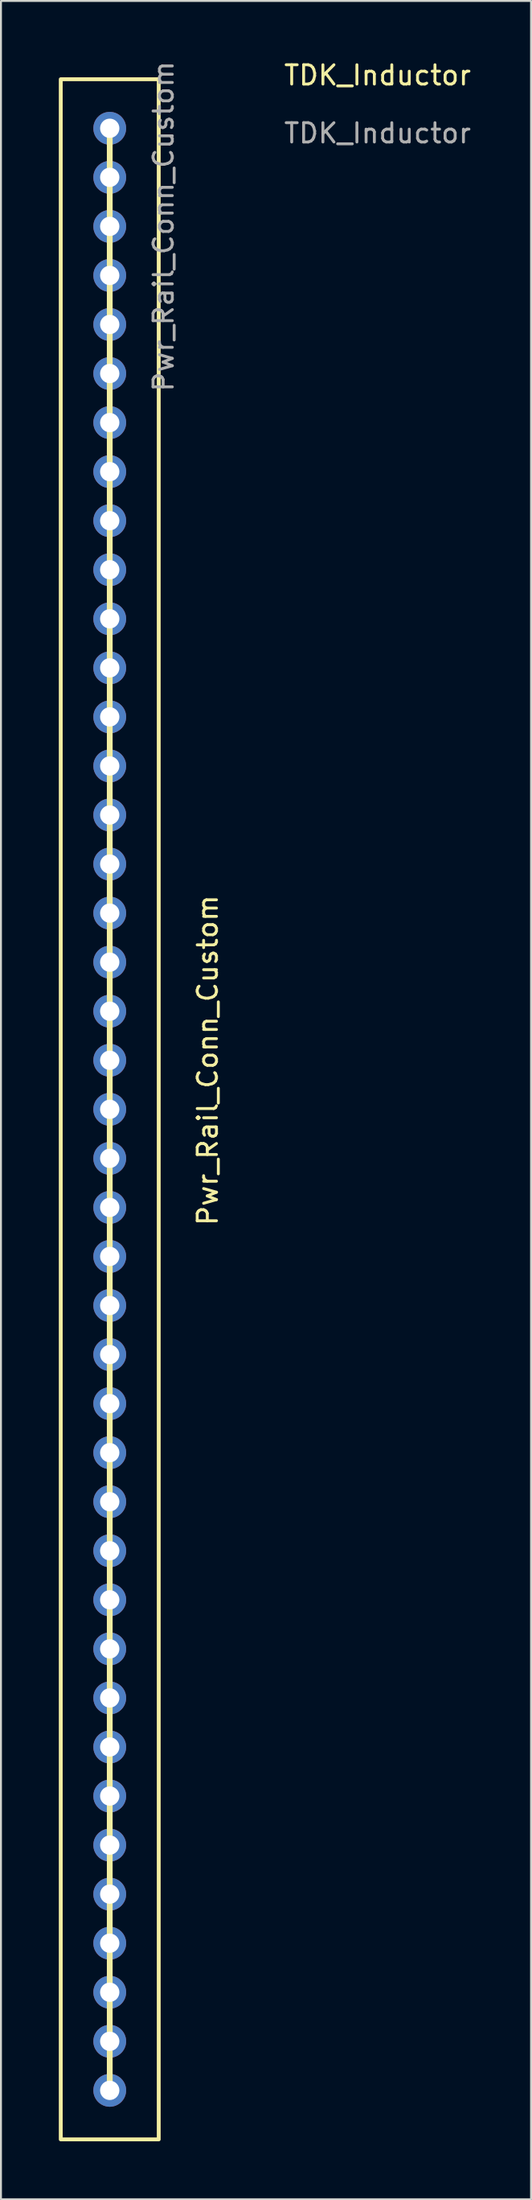
<source format=kicad_pcb>
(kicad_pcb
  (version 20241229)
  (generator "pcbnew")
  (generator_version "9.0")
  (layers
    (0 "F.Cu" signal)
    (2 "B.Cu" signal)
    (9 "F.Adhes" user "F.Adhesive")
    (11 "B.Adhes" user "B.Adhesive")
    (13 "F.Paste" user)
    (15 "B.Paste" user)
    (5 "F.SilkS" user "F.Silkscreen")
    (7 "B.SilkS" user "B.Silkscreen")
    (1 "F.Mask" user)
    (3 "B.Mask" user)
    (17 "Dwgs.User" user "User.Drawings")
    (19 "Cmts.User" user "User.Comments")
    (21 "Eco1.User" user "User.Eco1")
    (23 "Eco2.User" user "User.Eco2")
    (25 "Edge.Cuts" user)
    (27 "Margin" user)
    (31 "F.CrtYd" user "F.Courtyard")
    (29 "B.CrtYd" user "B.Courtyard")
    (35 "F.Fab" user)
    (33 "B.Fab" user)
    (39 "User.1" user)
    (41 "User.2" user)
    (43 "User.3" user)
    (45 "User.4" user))
  (footprint "TDK_Inductor"
    (layer "F.Cu")
    (at 16.527 1.348)
    (property "Reference" "TDK_Inductor" (at 0 -0.5 0) (unlocked yes) (layer "F.SilkS") (effects (font (size 1 1) (thickness 0.15))))
    (attr smd)
    (fp_text user "${REFERENCE}" (at 0 2.5 0) (unlocked yes) (layer "F.Fab") (effects (font (size 1 1) (thickness 0.15)))))
  (footprint "Pwr_Rail_Conn_Custom"
    (layer "F.Cu")
    (at 2.64 51.853)
    (property "Reference" "Pwr_Rail_Conn_Custom" (at 5.08 0 90) (unlocked yes) (layer "F.SilkS") (effects (font (size 1 1) (thickness 0.15))))
    (attr smd)
    (fp_line (start 0 -48.26) (end 0 53.34) (stroke (width 0.3) (type solid)) (layer "F.SilkS"))
    (fp_rect (start -2.54 -50.8) (end 2.54 55.88) (stroke (width 0.2) (type solid)) (fill no) (layer "F.SilkS"))
    (fp_text user "${REFERENCE}" (at 2.79 -43.18 90) (layer "F.Fab") (effects (font (size 1 1) (thickness 0.15))))
    (pad "1" thru_hole oval (at 0 -48.26) (size 1.7 1.7) (drill 1) (layers "*.Cu" "*.Mask"))
    (pad "1" thru_hole oval (at 0 -45.72) (size 1.7 1.7) (drill 1) (layers "*.Cu" "*.Mask"))
    (pad "1" thru_hole oval (at 0 -43.18) (size 1.7 1.7) (drill 1) (layers "*.Cu" "*.Mask"))
    (pad "1" thru_hole oval (at 0 -40.64) (size 1.7 1.7) (drill 1) (layers "*.Cu" "*.Mask"))
    (pad "1" thru_hole oval (at 0 -38.1) (size 1.7 1.7) (drill 1) (layers "*.Cu" "*.Mask"))
    (pad "1" thru_hole oval (at 0 -35.56) (size 1.7 1.7) (drill 1) (layers "*.Cu" "*.Mask"))
    (pad "1" thru_hole oval (at 0 -33.02) (size 1.7 1.7) (drill 1) (layers "*.Cu" "*.Mask"))
    (pad "1" thru_hole oval (at 0 -30.48) (size 1.7 1.7) (drill 1) (layers "*.Cu" "*.Mask"))
    (pad "1" thru_hole oval (at 0 -27.94) (size 1.7 1.7) (drill 1) (layers "*.Cu" "*.Mask"))
    (pad "1" thru_hole oval (at 0 -25.4) (size 1.7 1.7) (drill 1) (layers "*.Cu" "*.Mask"))
    (pad "1" thru_hole oval (at 0 -22.86) (size 1.7 1.7) (drill 1) (layers "*.Cu" "*.Mask"))
    (pad "1" thru_hole oval (at 0 -20.32) (size 1.7 1.7) (drill 1) (layers "*.Cu" "*.Mask"))
    (pad "1" thru_hole oval (at 0 -17.78) (size 1.7 1.7) (drill 1) (layers "*.Cu" "*.Mask"))
    (pad "1" thru_hole oval (at 0 -15.24) (size 1.7 1.7) (drill 1) (layers "*.Cu" "*.Mask"))
    (pad "1" thru_hole oval (at 0 -12.7) (size 1.7 1.7) (drill 1) (layers "*.Cu" "*.Mask"))
    (pad "1" thru_hole oval (at 0 -10.16) (size 1.7 1.7) (drill 1) (layers "*.Cu" "*.Mask"))
    (pad "1" thru_hole oval (at 0 -7.62) (size 1.7 1.7) (drill 1) (layers "*.Cu" "*.Mask"))
    (pad "1" thru_hole oval (at 0 -5.08) (size 1.7 1.7) (drill 1) (layers "*.Cu" "*.Mask"))
    (pad "1" thru_hole oval (at 0 -2.54) (size 1.7 1.7) (drill 1) (layers "*.Cu" "*.Mask"))
    (pad "1" thru_hole oval (at 0 0) (size 1.7 1.7) (drill 1) (layers "*.Cu" "*.Mask"))
    (pad "1" thru_hole oval (at 0 2.54) (size 1.7 1.7) (drill 1) (layers "*.Cu" "*.Mask"))
    (pad "1" thru_hole oval (at 0 5.08) (size 1.7 1.7) (drill 1) (layers "*.Cu" "*.Mask"))
    (pad "1" thru_hole oval (at 0 7.62) (size 1.7 1.7) (drill 1) (layers "*.Cu" "*.Mask"))
    (pad "1" thru_hole oval (at 0 10.16) (size 1.7 1.7) (drill 1) (layers "*.Cu" "*.Mask"))
    (pad "1" thru_hole oval (at 0 12.7) (size 1.7 1.7) (drill 1) (layers "*.Cu" "*.Mask"))
    (pad "1" thru_hole oval (at 0 15.24) (size 1.7 1.7) (drill 1) (layers "*.Cu" "*.Mask"))
    (pad "1" thru_hole oval (at 0 17.78) (size 1.7 1.7) (drill 1) (layers "*.Cu" "*.Mask"))
    (pad "1" thru_hole oval (at 0 20.32) (size 1.7 1.7) (drill 1) (layers "*.Cu" "*.Mask"))
    (pad "1" thru_hole oval (at 0 22.86) (size 1.7 1.7) (drill 1) (layers "*.Cu" "*.Mask"))
    (pad "1" thru_hole oval (at 0 25.4) (size 1.7 1.7) (drill 1) (layers "*.Cu" "*.Mask"))
    (pad "1" thru_hole oval (at 0 27.94) (size 1.7 1.7) (drill 1) (layers "*.Cu" "*.Mask"))
    (pad "1" thru_hole oval (at 0 30.48) (size 1.7 1.7) (drill 1) (layers "*.Cu" "*.Mask"))
    (pad "1" thru_hole oval (at 0 33.02) (size 1.7 1.7) (drill 1) (layers "*.Cu" "*.Mask"))
    (pad "1" thru_hole oval (at 0 35.56) (size 1.7 1.7) (drill 1) (layers "*.Cu" "*.Mask"))
    (pad "1" thru_hole oval (at 0 38.1) (size 1.7 1.7) (drill 1) (layers "*.Cu" "*.Mask"))
    (pad "1" thru_hole oval (at 0 40.64) (size 1.7 1.7) (drill 1) (layers "*.Cu" "*.Mask"))
    (pad "1" thru_hole oval (at 0 43.18) (size 1.7 1.7) (drill 1) (layers "*.Cu" "*.Mask"))
    (pad "1" thru_hole oval (at 0 45.72) (size 1.7 1.7) (drill 1) (layers "*.Cu" "*.Mask"))
    (pad "1" thru_hole oval (at 0 48.26) (size 1.7 1.7) (drill 1) (layers "*.Cu" "*.Mask"))
    (pad "1" thru_hole oval (at 0 50.8) (size 1.7 1.7) (drill 1) (layers "*.Cu" "*.Mask"))
    (pad "1" thru_hole oval (at 0 53.34) (size 1.7 1.7) (drill 1) (layers "*.Cu" "*.Mask")))
  (gr_rect
    (start -3 -3)
    (end 24.485 110.833)
    (stroke (width 0.1) (type default))
    (fill no)
    (layer "Edge.Cuts")))
</source>
